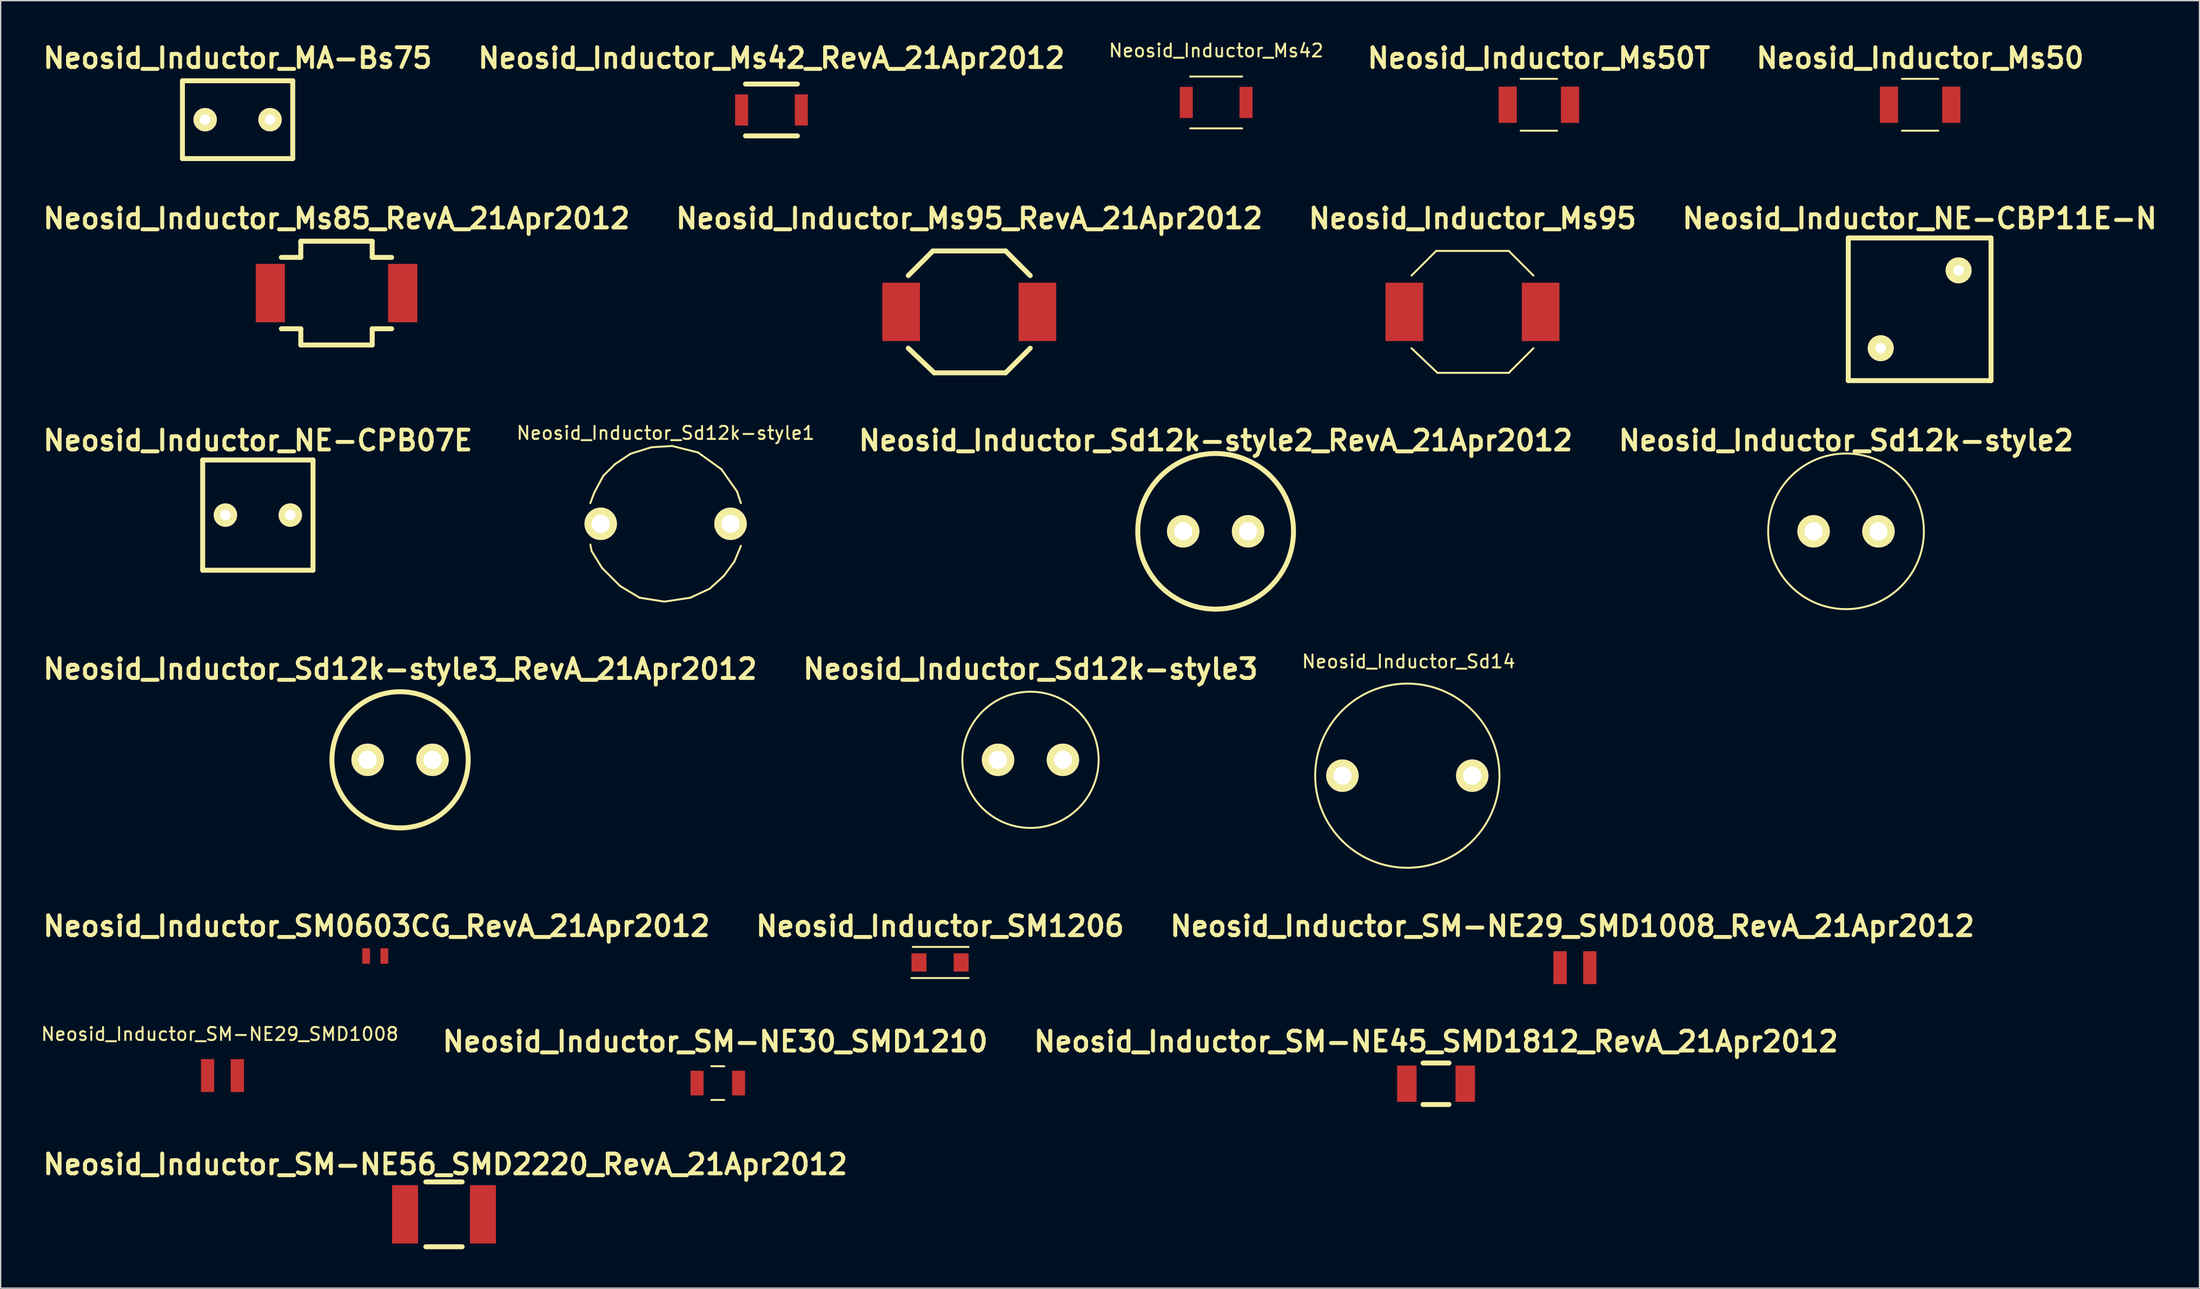
<source format=kicad_pcb>
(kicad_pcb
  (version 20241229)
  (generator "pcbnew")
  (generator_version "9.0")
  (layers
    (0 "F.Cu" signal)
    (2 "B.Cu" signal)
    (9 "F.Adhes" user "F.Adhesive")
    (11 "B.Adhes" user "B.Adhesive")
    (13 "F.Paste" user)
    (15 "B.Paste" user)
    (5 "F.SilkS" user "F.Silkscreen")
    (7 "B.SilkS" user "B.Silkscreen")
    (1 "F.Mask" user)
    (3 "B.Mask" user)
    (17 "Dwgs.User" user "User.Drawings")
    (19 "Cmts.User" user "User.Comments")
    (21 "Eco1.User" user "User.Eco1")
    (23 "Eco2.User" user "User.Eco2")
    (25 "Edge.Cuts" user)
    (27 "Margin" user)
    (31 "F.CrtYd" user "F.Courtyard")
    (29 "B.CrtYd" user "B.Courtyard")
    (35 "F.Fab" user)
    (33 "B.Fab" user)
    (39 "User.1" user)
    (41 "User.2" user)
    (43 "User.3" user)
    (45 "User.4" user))
  (footprint "Neosid_Inductor_SM-NE29_SMD1008"
    (layer "F.Cu")
    (at 14.088 79.869)
    (property "Reference" "Neosid_Inductor_SM-NE29_SMD1008" (at -0.201 -3.2 0) (layer "F.SilkS") (effects (font (size 1 1) (thickness 0.15))))
    (attr smd)
    (pad "1" smd rect (at -1.146 0) (size 1.021 2.54) (layers "F.Cu" "F.Mask" "F.Paste"))
    (pad "2" smd rect (at 1.146 0) (size 1.021 2.54) (layers "F.Cu" "F.Mask" "F.Paste")))
  (footprint "Neosid_Inductor_Ms95_RevA_21Apr2012"
    (layer "F.Cu")
    (at 71.624 20.994)
    (property "Reference" "Neosid_Inductor_Ms95_RevA_21Apr2012" (at 0 -7.201 0) (layer "F.SilkS") (effects (font (size 1.524 1.524) (thickness 0.305))))
    (attr smd)
    (fp_line (start -2.799 -4.699) (end -4.699 -2.799) (stroke (width 0.381) (type solid)) (layer "F.SilkS"))
    (fp_line (start -2.7 4.699) (end -4.699 2.799) (stroke (width 0.381) (type solid)) (layer "F.SilkS"))
    (fp_line (start 2.799 -4.699) (end -2.799 -4.699) (stroke (width 0.381) (type solid)) (layer "F.SilkS"))
    (fp_line (start 2.799 4.699) (end -2.7 4.699) (stroke (width 0.381) (type solid)) (layer "F.SilkS"))
    (fp_line (start 4.699 -2.799) (end 2.799 -4.699) (stroke (width 0.381) (type solid)) (layer "F.SilkS"))
    (fp_line (start 4.699 2.799) (end 2.799 4.699) (stroke (width 0.381) (type solid)) (layer "F.SilkS"))
    (pad "1" smd rect (at -5.25 0) (size 2.901 4.501) (layers "F.Cu" "F.Mask" "F.Paste"))
    (pad "2" smd rect (at 5.25 0) (size 2.901 4.501) (layers "F.Cu" "F.Mask" "F.Paste")))
  (footprint "Neosid_Inductor_SM-NE45_SMD1812_RevA_21Apr2012"
    (layer "F.Cu")
    (at 107.586 80.498)
    (property "Reference" "Neosid_Inductor_SM-NE45_SMD1812_RevA_21Apr2012" (at 0 -3.251 0) (layer "F.SilkS") (effects (font (size 1.524 1.524) (thickness 0.305))))
    (attr smd)
    (fp_line (start -1.001 1.6) (end 1.001 1.6) (stroke (width 0.381) (type solid)) (layer "F.SilkS"))
    (fp_line (start 0 -1.6) (end -1.001 -1.6) (stroke (width 0.381) (type solid)) (layer "F.SilkS"))
    (fp_line (start 0 -1.6) (end 1.001 -1.6) (stroke (width 0.381) (type solid)) (layer "F.SilkS"))
    (pad "1" smd rect (at -2.25 0) (size 1.501 2.799) (layers "F.Cu" "F.Mask" "F.Paste"))
    (pad "2" smd rect (at 2.25 0) (size 1.501 2.799) (layers "F.Cu" "F.Mask" "F.Paste")))
  (footprint "Neosid_Inductor_NE-CBP11E-N"
    (layer "F.Cu")
    (at 144.846 20.793)
    (property "Reference" "Neosid_Inductor_NE-CBP11E-N" (at 0 -7 0) (layer "F.SilkS") (effects (font (size 1.524 1.524) (thickness 0.305))))
    (attr through_hole)
    (fp_line (start -5.499 -5.499) (end 5.499 -5.499) (stroke (width 0.381) (type solid)) (layer "F.SilkS"))
    (fp_line (start -5.499 5.499) (end -5.499 -5.499) (stroke (width 0.381) (type solid)) (layer "F.SilkS"))
    (fp_line (start 5.499 -5.499) (end 5.499 5.499) (stroke (width 0.381) (type solid)) (layer "F.SilkS"))
    (fp_line (start 5.499 5.499) (end -5.499 5.499) (stroke (width 0.381) (type solid)) (layer "F.SilkS"))
    (pad "1" thru_hole circle (at -3 3) (size 1.999 1.999) (drill 0.8) (layers "*.Cu" "*.Mask" "F.SilkS"))
    (pad "2" thru_hole circle (at 3 -3) (size 1.999 1.999) (drill 0.8) (layers "*.Cu" "*.Mask" "F.SilkS")))
  (footprint "Neosid_Inductor_Sd12k-style1"
    (layer "F.Cu")
    (at 48.231 37.331)
    (property "Reference" "Neosid_Inductor_Sd12k-style1" (at 0 -7 0) (layer "F.SilkS") (effects (font (size 1 1) (thickness 0.15))))
    (attr through_hole)
    (fp_line (start -5.799 -1.6) (end -5.499 -2.4) (stroke (width 0.15) (type solid)) (layer "F.SilkS"))
    (fp_line (start -5.7 2.101) (end -5.799 1.6) (stroke (width 0.15) (type solid)) (layer "F.SilkS"))
    (fp_line (start -5.499 -2.4) (end -4.801 -3.701) (stroke (width 0.15) (type solid)) (layer "F.SilkS"))
    (fp_line (start -4.9 3.401) (end -5.7 2.101) (stroke (width 0.15) (type solid)) (layer "F.SilkS"))
    (fp_line (start -4.801 -3.701) (end -3.899 -4.6) (stroke (width 0.15) (type solid)) (layer "F.SilkS"))
    (fp_line (start -3.899 -4.6) (end -2.7 -5.4) (stroke (width 0.15) (type solid)) (layer "F.SilkS"))
    (fp_line (start -3.5 4.801) (end -4.9 3.401) (stroke (width 0.15) (type solid)) (layer "F.SilkS"))
    (fp_line (start -2.7 -5.4) (end -1.1 -5.9) (stroke (width 0.15) (type solid)) (layer "F.SilkS"))
    (fp_line (start -1.999 5.7) (end -3.5 4.801) (stroke (width 0.15) (type solid)) (layer "F.SilkS"))
    (fp_line (start -1.1 -5.9) (end 0.5 -5.999) (stroke (width 0.15) (type solid)) (layer "F.SilkS"))
    (fp_line (start -0.099 5.999) (end -1.999 5.7) (stroke (width 0.15) (type solid)) (layer "F.SilkS"))
    (fp_line (start 0.5 -5.999) (end 2.499 -5.499) (stroke (width 0.15) (type solid)) (layer "F.SilkS"))
    (fp_line (start 1.9 5.7) (end -0.099 5.999) (stroke (width 0.15) (type solid)) (layer "F.SilkS"))
    (fp_line (start 2.499 -5.499) (end 4.3 -4.201) (stroke (width 0.15) (type solid)) (layer "F.SilkS"))
    (fp_line (start 3.401 5.001) (end 1.9 5.7) (stroke (width 0.15) (type solid)) (layer "F.SilkS"))
    (fp_line (start 4.3 -4.201) (end 5.499 -2.499) (stroke (width 0.15) (type solid)) (layer "F.SilkS"))
    (fp_line (start 4.501 4) (end 3.401 5.001) (stroke (width 0.15) (type solid)) (layer "F.SilkS"))
    (fp_line (start 5.301 2.901) (end 4.501 4) (stroke (width 0.15) (type solid)) (layer "F.SilkS"))
    (fp_line (start 5.499 -2.499) (end 5.799 -1.6) (stroke (width 0.15) (type solid)) (layer "F.SilkS"))
    (fp_line (start 5.799 1.699) (end 5.301 2.901) (stroke (width 0.15) (type solid)) (layer "F.SilkS"))
    (pad "1" thru_hole circle (at -5.001 0) (size 2.499 2.499) (drill 1.4) (layers "*.Cu" "*.Mask" "F.SilkS"))
    (pad "2" thru_hole circle (at 5.001 0) (size 2.499 2.499) (drill 1.4) (layers "*.Cu" "*.Mask" "F.SilkS")))
  (footprint "Neosid_Inductor_Ms42_RevA_21Apr2012"
    (layer "F.Cu")
    (at 56.384 5.427)
    (property "Reference" "Neosid_Inductor_Ms42_RevA_21Apr2012" (at 0 -4 0) (layer "F.SilkS") (effects (font (size 1.524 1.524) (thickness 0.305))))
    (attr smd)
    (fp_line (start 1.999 -1.999) (end -1.999 -1.999) (stroke (width 0.381) (type solid)) (layer "F.SilkS"))
    (fp_line (start 1.999 1.999) (end -1.999 1.999) (stroke (width 0.381) (type solid)) (layer "F.SilkS"))
    (pad "1" smd rect (at -2.301 0) (size 1.001 2.4) (layers "F.Cu" "F.Mask" "F.Paste"))
    (pad "2" smd rect (at 2.301 0) (size 1.001 2.4) (layers "F.Cu" "F.Mask" "F.Paste")))
  (footprint "Neosid_Inductor_Ms95"
    (layer "F.Cu")
    (at 110.394 20.994)
    (property "Reference" "Neosid_Inductor_Ms95" (at 0 -7.201 0) (layer "F.SilkS") (effects (font (size 1.524 1.524) (thickness 0.305))))
    (attr smd)
    (fp_line (start -2.799 -4.699) (end -4.699 -2.799) (stroke (width 0.15) (type solid)) (layer "F.SilkS"))
    (fp_line (start -2.7 4.699) (end -4.699 2.799) (stroke (width 0.15) (type solid)) (layer "F.SilkS"))
    (fp_line (start 2.799 -4.699) (end -2.799 -4.699) (stroke (width 0.15) (type solid)) (layer "F.SilkS"))
    (fp_line (start 2.799 4.699) (end -2.7 4.699) (stroke (width 0.15) (type solid)) (layer "F.SilkS"))
    (fp_line (start 4.699 -2.799) (end 2.799 -4.699) (stroke (width 0.15) (type solid)) (layer "F.SilkS"))
    (fp_line (start 4.699 2.799) (end 2.799 4.699) (stroke (width 0.15) (type solid)) (layer "F.SilkS"))
    (pad "1" smd rect (at -5.25 0) (size 2.901 4.501) (layers "F.Cu" "F.Mask" "F.Paste"))
    (pad "2" smd rect (at 5.25 0) (size 2.901 4.501) (layers "F.Cu" "F.Mask" "F.Paste")))
  (footprint "Neosid_Inductor_Ms42"
    (layer "F.Cu")
    (at 90.645 4.849)
    (property "Reference" "Neosid_Inductor_Ms42" (at 0 -4 0) (layer "F.SilkS") (effects (font (size 1 1) (thickness 0.15))))
    (attr smd)
    (fp_line (start 1.999 -1.999) (end -1.999 -1.999) (stroke (width 0.15) (type solid)) (layer "F.SilkS"))
    (fp_line (start 1.999 1.999) (end -1.999 1.999) (stroke (width 0.15) (type solid)) (layer "F.SilkS"))
    (pad "1" smd rect (at -2.301 0) (size 1.001 2.4) (layers "F.Cu" "F.Mask" "F.Paste"))
    (pad "2" smd rect (at 2.301 0) (size 1.001 2.4) (layers "F.Cu" "F.Mask" "F.Paste")))
  (footprint "Neosid_Inductor_Sd14"
    (layer "F.Cu")
    (at 105.375 56.749)
    (property "Reference" "Neosid_Inductor_Sd14" (at 0.099 -8.801 0) (layer "F.SilkS") (effects (font (size 1 1) (thickness 0.15))))
    (attr through_hole)
    (fp_circle (center 0 0) (end 7.099 0) (stroke (width 0.15) (type solid)) (fill no) (layer "F.SilkS"))
    (pad "1" thru_hole circle (at -5.001 0) (size 2.499 2.499) (drill 1.4) (layers "*.Cu" "*.Mask" "F.SilkS"))
    (pad "2" thru_hole circle (at 5.001 0) (size 2.499 2.499) (drill 1.4) (layers "*.Cu" "*.Mask" "F.SilkS")))
  (footprint "Neosid_Inductor_Sd12k-style3_RevA_21Apr2012"
    (layer "F.Cu")
    (at 27.773 55.526)
    (property "Reference" "Neosid_Inductor_Sd12k-style3_RevA_21Apr2012" (at 0 -7 0) (layer "F.SilkS") (effects (font (size 1.524 1.524) (thickness 0.305))))
    (attr through_hole)
    (fp_circle (center 0 0) (end 5.25 0) (stroke (width 0.381) (type solid)) (fill no) (layer "F.SilkS"))
    (pad "1" thru_hole circle (at -2.499 0) (size 2.499 2.499) (drill 1.4) (layers "*.Cu" "*.Mask" "F.SilkS"))
    (pad "2" thru_hole circle (at 2.499 0) (size 2.499 2.499) (drill 1.4) (layers "*.Cu" "*.Mask" "F.SilkS")))
  (footprint "Neosid_Inductor_Sd12k-style3"
    (layer "F.Cu")
    (at 76.341 55.526)
    (property "Reference" "Neosid_Inductor_Sd12k-style3" (at 0 -7 0) (layer "F.SilkS") (effects (font (size 1.524 1.524) (thickness 0.305))))
    (attr through_hole)
    (fp_circle (center 0 0) (end 5.25 0) (stroke (width 0.15) (type solid)) (fill no) (layer "F.SilkS"))
    (pad "1" thru_hole circle (at -2.499 0) (size 2.499 2.499) (drill 1.4) (layers "*.Cu" "*.Mask" "F.SilkS"))
    (pad "2" thru_hole circle (at 2.499 0) (size 2.499 2.499) (drill 1.4) (layers "*.Cu" "*.Mask" "F.SilkS")))
  (footprint "Neosid_Inductor_Sd12k-style2"
    (layer "F.Cu")
    (at 139.173 37.91)
    (property "Reference" "Neosid_Inductor_Sd12k-style2" (at 0 -7 0) (layer "F.SilkS") (effects (font (size 1.524 1.524) (thickness 0.305))))
    (attr through_hole)
    (fp_circle (center 0 0) (end 5.999 0) (stroke (width 0.15) (type solid)) (fill no) (layer "F.SilkS"))
    (pad "1" thru_hole circle (at -2.499 0) (size 2.499 2.499) (drill 1.4) (layers "*.Cu" "*.Mask" "F.SilkS"))
    (pad "2" thru_hole circle (at 2.499 0) (size 2.499 2.499) (drill 1.4) (layers "*.Cu" "*.Mask" "F.SilkS")))
  (footprint "Neosid_Inductor_SM1206"
    (layer "F.Cu")
    (at 69.374 71.149)
    (property "Reference" "Neosid_Inductor_SM1206" (at 0 -2.799 0) (layer "F.SilkS") (effects (font (size 1.524 1.524) (thickness 0.305))))
    (attr smd)
    (fp_line (start 2.2 -1.199) (end -2.101 -1.199) (stroke (width 0.15) (type solid)) (layer "F.SilkS"))
    (fp_line (start 2.2 1.199) (end -2.2 1.199) (stroke (width 0.15) (type solid)) (layer "F.SilkS"))
    (pad "1" smd rect (at -1.626 0) (size 1.151 1.4) (layers "F.Cu" "F.Mask" "F.Paste"))
    (pad "2" smd rect (at 1.626 0) (size 1.151 1.4) (layers "F.Cu" "F.Mask" "F.Paste")))
  (footprint "Neosid_Inductor_MA-Bs75"
    (layer "F.Cu")
    (at 15.255 6.176)
    (property "Reference" "Neosid_Inductor_MA-Bs75" (at 0 -4.75 0) (layer "F.SilkS") (effects (font (size 1.524 1.524) (thickness 0.305))))
    (attr through_hole)
    (fp_line (start -4.249 -3) (end -4.249 3) (stroke (width 0.381) (type solid)) (layer "F.SilkS"))
    (fp_line (start -4.249 3) (end 4.249 3) (stroke (width 0.381) (type solid)) (layer "F.SilkS"))
    (fp_line (start 4.249 -3) (end -4.249 -3) (stroke (width 0.381) (type solid)) (layer "F.SilkS"))
    (fp_line (start 4.249 3) (end 4.249 -3) (stroke (width 0.381) (type solid)) (layer "F.SilkS"))
    (pad "1" thru_hole circle (at -2.499 0 180) (size 1.801 1.801) (drill 0.8) (layers "*.Cu" "*.Mask" "F.SilkS"))
    (pad "2" thru_hole circle (at 2.499 0 180) (size 1.801 1.801) (drill 0.8) (layers "*.Cu" "*.Mask" "F.SilkS")))
  (footprint "Neosid_Inductor_Sd12k-style2_RevA_21Apr2012"
    (layer "F.Cu")
    (at 90.605 37.91)
    (property "Reference" "Neosid_Inductor_Sd12k-style2_RevA_21Apr2012" (at 0 -7 0) (layer "F.SilkS") (effects (font (size 1.524 1.524) (thickness 0.305))))
    (attr through_hole)
    (fp_circle (center 0 0) (end 5.999 0) (stroke (width 0.381) (type solid)) (fill no) (layer "F.SilkS"))
    (pad "1" thru_hole circle (at -2.499 0) (size 2.499 2.499) (drill 1.4) (layers "*.Cu" "*.Mask" "F.SilkS"))
    (pad "2" thru_hole circle (at 2.499 0) (size 2.499 2.499) (drill 1.4) (layers "*.Cu" "*.Mask" "F.SilkS")))
  (footprint "Neosid_Inductor_Ms50T"
    (layer "F.Cu")
    (at 115.508 5.026)
    (property "Reference" "Neosid_Inductor_Ms50T" (at 0 -3.599 0) (layer "F.SilkS") (effects (font (size 1.524 1.524) (thickness 0.305))))
    (attr smd)
    (fp_line (start -1.4 1.999) (end 1.4 1.999) (stroke (width 0.15) (type solid)) (layer "F.SilkS"))
    (fp_line (start 1.4 -1.999) (end -1.4 -1.999) (stroke (width 0.15) (type solid)) (layer "F.SilkS"))
    (pad "1" smd rect (at -2.4 0) (size 1.4 2.799) (layers "F.Cu" "F.Mask" "F.Paste"))
    (pad "2" smd rect (at 2.4 0) (size 1.4 2.799) (layers "F.Cu" "F.Mask" "F.Paste")))
  (footprint "Neosid_Inductor_Ms85_RevA_21Apr2012"
    (layer "F.Cu")
    (at 22.875 19.544)
    (property "Reference" "Neosid_Inductor_Ms85_RevA_21Apr2012" (at 0 -5.751 0) (layer "F.SilkS") (effects (font (size 1.524 1.524) (thickness 0.305))))
    (attr smd)
    (fp_line (start -4.249 2.751) (end -2.751 2.751) (stroke (width 0.381) (type solid)) (layer "F.SilkS"))
    (fp_line (start -2.751 -4) (end -2.751 -2.751) (stroke (width 0.381) (type solid)) (layer "F.SilkS"))
    (fp_line (start -2.751 -2.751) (end -4.249 -2.751) (stroke (width 0.381) (type solid)) (layer "F.SilkS"))
    (fp_line (start -2.751 2.751) (end -2.751 4) (stroke (width 0.381) (type solid)) (layer "F.SilkS"))
    (fp_line (start -2.751 4) (end 2.751 4) (stroke (width 0.381) (type solid)) (layer "F.SilkS"))
    (fp_line (start 2.751 -4) (end -2.751 -4) (stroke (width 0.381) (type solid)) (layer "F.SilkS"))
    (fp_line (start 2.751 -2.751) (end 2.751 -4) (stroke (width 0.381) (type solid)) (layer "F.SilkS"))
    (fp_line (start 2.751 2.751) (end 4.249 2.751) (stroke (width 0.381) (type solid)) (layer "F.SilkS"))
    (fp_line (start 2.751 4) (end 2.751 2.751) (stroke (width 0.381) (type solid)) (layer "F.SilkS"))
    (fp_line (start 4.249 -2.751) (end 2.751 -2.751) (stroke (width 0.381) (type solid)) (layer "F.SilkS"))
    (pad "1" smd rect (at -5.1 0) (size 2.25 4.501) (layers "F.Cu" "F.Mask" "F.Paste"))
    (pad "2" smd rect (at 5.1 0) (size 2.25 4.501) (layers "F.Cu" "F.Mask" "F.Paste")))
  (footprint "Neosid_Inductor_SM-NE30_SMD1210"
    (layer "F.Cu")
    (at 52.252 80.447)
    (property "Reference" "Neosid_Inductor_SM-NE30_SMD1210" (at -0.201 -3.2 0) (layer "F.SilkS") (effects (font (size 1.524 1.524) (thickness 0.305))))
    (attr smd)
    (fp_line (start 0.5 -1.3) (end -0.5 -1.3) (stroke (width 0.15) (type solid)) (layer "F.SilkS"))
    (fp_line (start 0.5 1.3) (end -0.5 1.3) (stroke (width 0.15) (type solid)) (layer "F.SilkS"))
    (pad "1" smd rect (at -1.6 0) (size 1.001 1.9) (layers "F.Cu" "F.Mask" "F.Paste"))
    (pad "2" smd rect (at 1.6 0) (size 1.001 1.9) (layers "F.Cu" "F.Mask" "F.Paste")))
  (footprint "Neosid_Inductor_NE-CPB07E"
    (layer "F.Cu")
    (at 16.815 36.66)
    (property "Reference" "Neosid_Inductor_NE-CPB07E" (at 0 -5.751 0) (layer "F.SilkS") (effects (font (size 1.524 1.524) (thickness 0.305))))
    (attr smd)
    (fp_line (start -4.249 -4.249) (end -4.249 4.249) (stroke (width 0.381) (type solid)) (layer "F.SilkS"))
    (fp_line (start -4.249 4.249) (end 4.249 4.249) (stroke (width 0.381) (type solid)) (layer "F.SilkS"))
    (fp_line (start 4.249 -4.249) (end -4.249 -4.249) (stroke (width 0.381) (type solid)) (layer "F.SilkS"))
    (fp_line (start 4.249 4.249) (end 4.249 -4.249) (stroke (width 0.381) (type solid)) (layer "F.SilkS"))
    (pad "1" thru_hole circle (at -2.499 0) (size 1.801 1.801) (drill 0.8) (layers "*.Cu" "*.Mask" "F.SilkS"))
    (pad "2" thru_hole circle (at 2.499 0) (size 1.801 1.801) (drill 0.8) (layers "*.Cu" "*.Mask" "F.SilkS")))
  (footprint "Neosid_Inductor_SM-NE56_SMD2220_RevA_21Apr2012"
    (layer "F.Cu")
    (at 31.157 90.565)
    (property "Reference" "Neosid_Inductor_SM-NE56_SMD2220_RevA_21Apr2012" (at 0.099 -3.851 0) (layer "F.SilkS") (effects (font (size 1.524 1.524) (thickness 0.305))))
    (attr smd)
    (fp_line (start 1.4 -2.499) (end -1.4 -2.499) (stroke (width 0.381) (type solid)) (layer "F.SilkS"))
    (fp_line (start 1.4 2.499) (end -1.4 2.499) (stroke (width 0.381) (type solid)) (layer "F.SilkS"))
    (pad "1" smd rect (at -3 0) (size 1.999 4.501) (layers "F.Cu" "F.Mask" "F.Paste"))
    (pad "2" smd rect (at 3 0) (size 1.999 4.501) (layers "F.Cu" "F.Mask" "F.Paste")))
  (footprint "Neosid_Inductor_SM-NE29_SMD1008_RevA_21Apr2012"
    (layer "F.Cu")
    (at 118.287 71.55)
    (property "Reference" "Neosid_Inductor_SM-NE29_SMD1008_RevA_21Apr2012" (at -0.201 -3.2 0) (layer "F.SilkS") (effects (font (size 1.524 1.524) (thickness 0.305))))
    (attr smd)
    (pad "1" smd rect (at -1.146 0) (size 1.021 2.54) (layers "F.Cu" "F.Mask" "F.Paste"))
    (pad "2" smd rect (at 1.146 0) (size 1.021 2.54) (layers "F.Cu" "F.Mask" "F.Paste")))
  (footprint "Neosid_Inductor_Ms50"
    (layer "F.Cu")
    (at 144.881 5.026)
    (property "Reference" "Neosid_Inductor_Ms50" (at 0 -3.599 0) (layer "F.SilkS") (effects (font (size 1.524 1.524) (thickness 0.305))))
    (attr smd)
    (fp_line (start -1.4 1.999) (end 1.4 1.999) (stroke (width 0.15) (type solid)) (layer "F.SilkS"))
    (fp_line (start 1.4 -1.999) (end -1.4 -1.999) (stroke (width 0.15) (type solid)) (layer "F.SilkS"))
    (pad "1" smd rect (at -2.4 0) (size 1.4 2.799) (layers "F.Cu" "F.Mask" "F.Paste"))
    (pad "2" smd rect (at 2.4 0) (size 1.4 2.799) (layers "F.Cu" "F.Mask" "F.Paste")))
  (footprint "Neosid_Inductor_SM0603CG_RevA_21Apr2012"
    (layer "F.Cu")
    (at 25.86 70.651)
    (property "Reference" "Neosid_Inductor_SM0603CG_RevA_21Apr2012" (at 0.099 -2.301 0) (layer "F.SilkS") (effects (font (size 1.524 1.524) (thickness 0.305))))
    (attr smd)
    (pad "1" smd rect (at -0.701 0) (size 0.599 1.199) (layers "F.Cu" "F.Mask" "F.Paste"))
    (pad "2" smd rect (at 0.701 0) (size 0.599 1.199) (layers "F.Cu" "F.Mask" "F.Paste")))
  (gr_rect
    (start -3 -3)
    (end 166.403 96.255)
    (stroke (width 0.1) (type default))
    (fill no)
    (layer "Edge.Cuts")))
</source>
